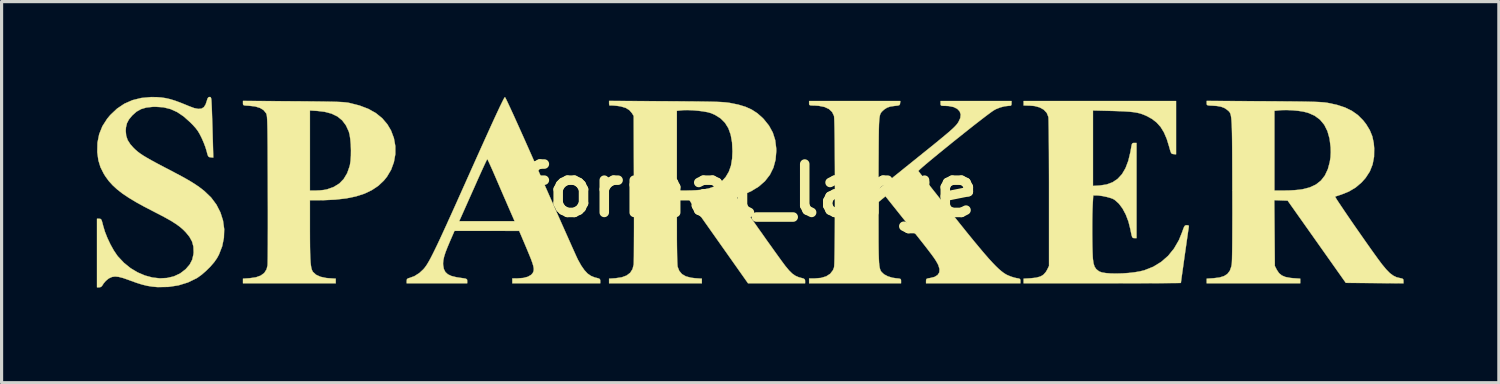
<source format=kicad_pcb>
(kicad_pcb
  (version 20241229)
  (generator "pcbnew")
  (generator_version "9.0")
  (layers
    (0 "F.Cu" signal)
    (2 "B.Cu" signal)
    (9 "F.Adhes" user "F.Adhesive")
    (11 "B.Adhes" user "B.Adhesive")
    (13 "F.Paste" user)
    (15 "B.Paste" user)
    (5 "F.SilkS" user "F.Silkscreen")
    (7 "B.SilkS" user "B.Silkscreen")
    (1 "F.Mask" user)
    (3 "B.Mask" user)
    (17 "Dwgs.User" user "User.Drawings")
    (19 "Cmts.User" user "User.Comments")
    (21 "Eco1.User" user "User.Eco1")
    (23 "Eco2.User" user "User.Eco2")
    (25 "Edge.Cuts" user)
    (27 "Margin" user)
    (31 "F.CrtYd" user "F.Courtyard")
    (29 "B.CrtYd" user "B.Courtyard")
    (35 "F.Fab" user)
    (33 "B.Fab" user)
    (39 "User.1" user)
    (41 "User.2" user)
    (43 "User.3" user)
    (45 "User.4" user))
  (footprint "formal_large"
    (layer "F.Cu")
    (at 20.554 2.951)
    (property "Reference" "formal_large" (at 0 0 0) (layer "F.SilkS") (effects (font (size 1.524 1.524) (thickness 0.3))))
    (attr through_hole)
    (fp_poly (pts (xy -14.383 -2.812) (xy -14.051 -2.81) (xy -13.765 -2.807) (xy -13.523 -2.804) (xy -13.318 -2.801) (xy -13.148 -2.798) (xy -13.008 -2.794) (xy -12.893 -2.789) (xy -12.801 -2.784) (xy -12.726 -2.777) (xy -12.664 -2.77) (xy -12.612 -2.761) (xy -12.602 -2.759) (xy -12.282 -2.678) (xy -12.003 -2.572) (xy -11.766 -2.439) (xy -11.566 -2.277) (xy -11.404 -2.086) (xy -11.289 -1.892) (xy -11.198 -1.651) (xy -11.153 -1.4) (xy -11.153 -1.145) (xy -11.198 -0.894) (xy -11.286 -0.654) (xy -11.417 -0.433) (xy -11.516 -0.312) (xy -11.689 -0.149) (xy -11.891 -0.014) (xy -12.123 0.097) (xy -12.389 0.183) (xy -12.692 0.246) (xy -13.035 0.286) (xy -13.419 0.304) (xy -13.565 0.305) (xy -13.843 0.305) (xy -13.843 1.251) (xy -13.842 1.538) (xy -13.84 1.779) (xy -13.836 1.978) (xy -13.83 2.139) (xy -13.822 2.268) (xy -13.81 2.37) (xy -13.796 2.447) (xy -13.778 2.505) (xy -13.756 2.549) (xy -13.745 2.565) (xy -13.649 2.653) (xy -13.511 2.716) (xy -13.334 2.754) (xy -13.247 2.762) (xy -13.03 2.776) (xy -13.03 2.921) (xy -15.951 2.921) (xy -15.951 2.776) (xy -15.737 2.761) (xy -15.543 2.733) (xy -15.391 2.678) (xy -15.28 2.595) (xy -15.209 2.483) (xy -15.177 2.356) (xy -15.175 2.311) (xy -15.173 2.219) (xy -15.171 2.085) (xy -15.17 1.91) (xy -15.168 1.701) (xy -15.168 1.46) (xy -15.167 1.192) (xy -15.167 0.9) (xy -15.167 0.588) (xy -15.168 0.26) (xy -15.169 0) (xy -13.843 0) (xy -13.645 0) (xy -13.524 -0.005) (xy -13.399 -0.019) (xy -13.301 -0.038) (xy -13.09 -0.114) (xy -12.916 -0.222) (xy -12.777 -0.366) (xy -12.669 -0.547) (xy -12.592 -0.768) (xy -12.583 -0.806) (xy -12.563 -0.934) (xy -12.552 -1.093) (xy -12.55 -1.269) (xy -12.556 -1.448) (xy -12.571 -1.617) (xy -12.593 -1.762) (xy -12.619 -1.86) (xy -12.709 -2.054) (xy -12.827 -2.211) (xy -12.976 -2.333) (xy -13.16 -2.422) (xy -13.38 -2.48) (xy -13.607 -2.507) (xy -13.843 -2.522) (xy -13.843 0) (xy -15.169 0) (xy -15.169 -0.064) (xy -15.17 -0.457) (xy -15.172 -0.804) (xy -15.173 -1.106) (xy -15.174 -1.366) (xy -15.176 -1.589) (xy -15.178 -1.777) (xy -15.18 -1.933) (xy -15.183 -2.061) (xy -15.186 -2.164) (xy -15.19 -2.244) (xy -15.194 -2.306) (xy -15.199 -2.352) (xy -15.205 -2.385) (xy -15.212 -2.409) (xy -15.219 -2.428) (xy -15.222 -2.433) (xy -15.3 -2.531) (xy -15.415 -2.602) (xy -15.569 -2.649) (xy -15.766 -2.671) (xy -15.78 -2.672) (xy -15.87 -2.677) (xy -15.922 -2.685) (xy -15.945 -2.702) (xy -15.951 -2.732) (xy -15.951 -2.751) (xy -15.951 -2.823) (xy -14.383 -2.812)) (stroke (width 0.01) (type solid)) (fill yes) (layer "F.SilkS"))
    (fp_poly (pts (xy -7.7 -2.941) (xy -7.685 -2.917) (xy -7.65 -2.849) (xy -7.598 -2.739) (xy -7.528 -2.589) (xy -7.442 -2.403) (xy -7.342 -2.182) (xy -7.228 -1.929) (xy -7.101 -1.646) (xy -6.963 -1.336) (xy -6.814 -1) (xy -6.656 -0.642) (xy -6.58 -0.47) (xy -6.431 -0.131) (xy -6.286 0.197) (xy -6.147 0.511) (xy -6.016 0.809) (xy -5.893 1.086) (xy -5.78 1.339) (xy -5.679 1.565) (xy -5.592 1.761) (xy -5.519 1.923) (xy -5.462 2.049) (xy -5.423 2.133) (xy -5.405 2.172) (xy -5.299 2.362) (xy -5.198 2.507) (xy -5.098 2.615) (xy -4.991 2.689) (xy -4.873 2.737) (xy -4.835 2.746) (xy -4.757 2.766) (xy -4.716 2.786) (xy -4.701 2.816) (xy -4.699 2.849) (xy -4.699 2.921) (xy -7.468 2.921) (xy -7.468 2.769) (xy -7.296 2.767) (xy -7.121 2.753) (xy -6.978 2.715) (xy -6.873 2.654) (xy -6.823 2.595) (xy -6.803 2.551) (xy -6.793 2.504) (xy -6.794 2.446) (xy -6.808 2.372) (xy -6.837 2.276) (xy -6.882 2.152) (xy -6.946 1.995) (xy -7.028 1.798) (xy -7.042 1.765) (xy -7.252 1.271) (xy -8.271 1.27) (xy -9.289 1.27) (xy -9.43 1.594) (xy -9.513 1.791) (xy -9.575 1.951) (xy -9.616 2.081) (xy -9.64 2.19) (xy -9.649 2.285) (xy -9.647 2.349) (xy -9.625 2.471) (xy -9.577 2.566) (xy -9.499 2.638) (xy -9.385 2.692) (xy -9.23 2.73) (xy -9.123 2.747) (xy -9.014 2.762) (xy -8.946 2.774) (xy -8.909 2.789) (xy -8.893 2.809) (xy -8.89 2.84) (xy -8.89 2.849) (xy -8.89 2.921) (xy -10.795 2.921) (xy -10.795 2.847) (xy -10.787 2.793) (xy -10.753 2.766) (xy -10.712 2.755) (xy -10.552 2.697) (xy -10.395 2.597) (xy -10.27 2.481) (xy -10.238 2.443) (xy -10.204 2.399) (xy -10.167 2.347) (xy -10.128 2.283) (xy -10.083 2.206) (xy -10.033 2.113) (xy -9.976 2.001) (xy -9.91 1.868) (xy -9.834 1.711) (xy -9.748 1.528) (xy -9.65 1.316) (xy -9.538 1.072) (xy -9.49 0.965) (xy -9.141 0.965) (xy -7.396 0.965) (xy -7.598 0.502) (xy -7.675 0.324) (xy -7.765 0.118) (xy -7.859 -0.1) (xy -7.95 -0.311) (xy -8.021 -0.476) (xy -8.086 -0.625) (xy -8.145 -0.758) (xy -8.194 -0.866) (xy -8.231 -0.944) (xy -8.252 -0.986) (xy -8.256 -0.99) (xy -8.27 -0.968) (xy -8.301 -0.905) (xy -8.347 -0.807) (xy -8.406 -0.679) (xy -8.475 -0.528) (xy -8.551 -0.359) (xy -8.578 -0.298) (xy -8.663 -0.106) (xy -8.749 0.086) (xy -8.831 0.27) (xy -8.905 0.436) (xy -8.966 0.574) (xy -9.012 0.676) (xy -9.013 0.679) (xy -9.141 0.965) (xy -9.49 0.965) (xy -9.412 0.794) (xy -9.27 0.48) (xy -9.112 0.127) (xy -8.935 -0.268) (xy -8.762 -0.655) (xy -8.575 -1.072) (xy -8.408 -1.443) (xy -8.26 -1.77) (xy -8.131 -2.055) (xy -8.02 -2.297) (xy -7.926 -2.499) (xy -7.85 -2.661) (xy -7.789 -2.785) (xy -7.745 -2.873) (xy -7.715 -2.924) (xy -7.701 -2.941) (xy -7.7 -2.941)) (stroke (width 0.01) (type solid)) (fill yes) (layer "F.SilkS"))
    (fp_poly (pts (xy -2.648 -2.813) (xy -2.295 -2.811) (xy -1.988 -2.808) (xy -1.725 -2.806) (xy -1.5 -2.803) (xy -1.31 -2.8) (xy -1.151 -2.797) (xy -1.019 -2.793) (xy -0.909 -2.788) (xy -0.818 -2.782) (xy -0.743 -2.776) (xy -0.678 -2.768) (xy -0.619 -2.76) (xy -0.615 -2.759) (xy -0.348 -2.705) (xy -0.121 -2.636) (xy 0.073 -2.548) (xy 0.246 -2.436) (xy 0.404 -2.297) (xy 0.447 -2.254) (xy 0.615 -2.045) (xy 0.736 -1.825) (xy 0.812 -1.586) (xy 0.844 -1.323) (xy 0.846 -1.245) (xy 0.823 -0.971) (xy 0.756 -0.722) (xy 0.645 -0.497) (xy 0.49 -0.297) (xy 0.292 -0.124) (xy 0.053 0.022) (xy -0.228 0.14) (xy -0.229 0.14) (xy -0.311 0.173) (xy -0.367 0.204) (xy -0.387 0.227) (xy -0.387 0.227) (xy -0.371 0.254) (xy -0.329 0.318) (xy -0.264 0.414) (xy -0.179 0.536) (xy -0.079 0.681) (xy 0.035 0.843) (xy 0.158 1.017) (xy 0.286 1.2) (xy 0.418 1.385) (xy 0.548 1.57) (xy 0.675 1.747) (xy 0.794 1.914) (xy 0.902 2.064) (xy 0.996 2.194) (xy 1.073 2.298) (xy 1.128 2.372) (xy 1.136 2.382) (xy 1.25 2.519) (xy 1.351 2.618) (xy 1.45 2.686) (xy 1.557 2.732) (xy 1.621 2.749) (xy 1.698 2.77) (xy 1.737 2.792) (xy 1.751 2.824) (xy 1.753 2.851) (xy 1.753 2.921) (xy -0.044 2.921) (xy -0.968 1.613) (xy -1.892 0.305) (xy -2.089 0.305) (xy -2.286 0.305) (xy -2.285 1.302) (xy -2.285 1.526) (xy -2.283 1.738) (xy -2.28 1.931) (xy -2.277 2.099) (xy -2.273 2.236) (xy -2.268 2.336) (xy -2.263 2.393) (xy -2.262 2.398) (xy -2.211 2.53) (xy -2.126 2.631) (xy -2.004 2.702) (xy -1.842 2.746) (xy -1.716 2.761) (xy -1.499 2.776) (xy -1.499 2.921) (xy -4.42 2.921) (xy -4.42 2.776) (xy -4.216 2.762) (xy -4.021 2.733) (xy -3.869 2.677) (xy -3.756 2.591) (xy -3.682 2.475) (xy -3.645 2.329) (xy -3.643 2.284) (xy -3.641 2.193) (xy -3.639 2.058) (xy -3.638 1.884) (xy -3.637 1.675) (xy -3.636 1.435) (xy -3.635 1.167) (xy -3.635 0.875) (xy -3.636 0.563) (xy -3.636 0.236) (xy -3.637 -0.076) (xy -3.645 -2.349) (xy -3.701 -2.439) (xy -3.763 -2.511) (xy -2.286 -2.511) (xy -2.286 0) (xy -1.983 0) (xy -1.839 -0.002) (xy -1.69 -0.009) (xy -1.557 -0.019) (xy -1.484 -0.027) (xy -1.279 -0.067) (xy -1.112 -0.125) (xy -0.97 -0.207) (xy -0.882 -0.279) (xy -0.748 -0.425) (xy -0.649 -0.592) (xy -0.581 -0.784) (xy -0.544 -1.009) (xy -0.534 -1.234) (xy -0.547 -1.516) (xy -0.59 -1.758) (xy -0.664 -1.964) (xy -0.77 -2.134) (xy -0.91 -2.274) (xy -1.086 -2.384) (xy -1.211 -2.438) (xy -1.314 -2.467) (xy -1.453 -2.492) (xy -1.613 -2.513) (xy -1.78 -2.527) (xy -1.94 -2.534) (xy -2.077 -2.532) (xy -2.119 -2.528) (xy -2.286 -2.511) (xy -3.763 -2.511) (xy -3.783 -2.534) (xy -3.899 -2.604) (xy -4.053 -2.65) (xy -4.168 -2.667) (xy -4.267 -2.677) (xy -4.346 -2.681) (xy -4.392 -2.679) (xy -4.398 -2.677) (xy -4.413 -2.69) (xy -4.42 -2.738) (xy -4.42 -2.744) (xy -4.42 -2.823) (xy -2.648 -2.813)) (stroke (width 0.01) (type solid)) (fill yes) (layer "F.SilkS"))
    (fp_poly (pts (xy 13.437 -1.14) (xy 13.358 -1.148) (xy 13.319 -1.154) (xy 13.292 -1.17) (xy 13.271 -1.207) (xy 13.249 -1.273) (xy 13.222 -1.372) (xy 13.145 -1.623) (xy 13.056 -1.831) (xy 12.952 -2.001) (xy 12.827 -2.141) (xy 12.677 -2.257) (xy 12.512 -2.347) (xy 12.416 -2.389) (xy 12.322 -2.423) (xy 12.22 -2.449) (xy 12.104 -2.468) (xy 11.965 -2.483) (xy 11.796 -2.494) (xy 11.588 -2.502) (xy 11.436 -2.507) (xy 10.82 -2.522) (xy 10.82 -0.145) (xy 11.033 -0.158) (xy 11.249 -0.191) (xy 11.437 -0.26) (xy 11.598 -0.368) (xy 11.734 -0.516) (xy 11.845 -0.705) (xy 11.933 -0.937) (xy 12 -1.215) (xy 12.015 -1.302) (xy 12.032 -1.4) (xy 12.046 -1.459) (xy 12.064 -1.488) (xy 12.091 -1.498) (xy 12.119 -1.499) (xy 12.192 -1.499) (xy 12.192 1.499) (xy 12.122 1.498) (xy 12.092 1.496) (xy 12.07 1.485) (xy 12.052 1.456) (xy 12.035 1.4) (xy 12.016 1.31) (xy 11.997 1.215) (xy 11.937 0.975) (xy 11.854 0.758) (xy 11.753 0.568) (xy 11.638 0.414) (xy 11.512 0.301) (xy 11.455 0.266) (xy 11.369 0.233) (xy 11.252 0.201) (xy 11.123 0.174) (xy 11.002 0.157) (xy 10.932 0.153) (xy 10.828 0.152) (xy 10.812 0.438) (xy 10.806 0.577) (xy 10.801 0.749) (xy 10.798 0.945) (xy 10.797 1.154) (xy 10.797 1.369) (xy 10.799 1.578) (xy 10.802 1.772) (xy 10.807 1.942) (xy 10.813 2.079) (xy 10.818 2.154) (xy 10.838 2.295) (xy 10.871 2.398) (xy 10.922 2.474) (xy 10.998 2.535) (xy 11.023 2.551) (xy 11.105 2.58) (xy 11.227 2.6) (xy 11.38 2.612) (xy 11.556 2.615) (xy 11.744 2.61) (xy 11.935 2.597) (xy 12.121 2.576) (xy 12.291 2.548) (xy 12.437 2.512) (xy 12.443 2.51) (xy 12.72 2.4) (xy 12.968 2.248) (xy 13.187 2.057) (xy 13.373 1.827) (xy 13.527 1.561) (xy 13.629 1.31) (xy 13.665 1.206) (xy 13.692 1.142) (xy 13.716 1.108) (xy 13.743 1.095) (xy 13.776 1.092) (xy 13.825 1.097) (xy 13.84 1.12) (xy 13.834 1.175) (xy 13.828 1.216) (xy 13.815 1.298) (xy 13.799 1.414) (xy 13.778 1.557) (xy 13.755 1.721) (xy 13.73 1.897) (xy 13.704 2.078) (xy 13.679 2.258) (xy 13.655 2.43) (xy 13.633 2.586) (xy 13.614 2.719) (xy 13.6 2.822) (xy 13.592 2.888) (xy 13.589 2.909) (xy 13.564 2.911) (xy 13.492 2.913) (xy 13.376 2.914) (xy 13.219 2.915) (xy 13.026 2.917) (xy 12.799 2.918) (xy 12.541 2.919) (xy 12.257 2.92) (xy 11.95 2.92) (xy 11.623 2.921) (xy 11.28 2.921) (xy 11.113 2.921) (xy 8.636 2.921) (xy 8.636 2.776) (xy 8.862 2.763) (xy 9.033 2.744) (xy 9.163 2.708) (xy 9.261 2.65) (xy 9.336 2.565) (xy 9.373 2.502) (xy 9.436 2.375) (xy 9.436 0.076) (xy 9.436 -0.263) (xy 9.435 -0.59) (xy 9.434 -0.899) (xy 9.433 -1.188) (xy 9.431 -1.453) (xy 9.429 -1.689) (xy 9.427 -1.894) (xy 9.424 -2.062) (xy 9.422 -2.192) (xy 9.419 -2.278) (xy 9.416 -2.317) (xy 9.416 -2.317) (xy 9.365 -2.445) (xy 9.271 -2.546) (xy 9.14 -2.619) (xy 8.972 -2.663) (xy 8.838 -2.674) (xy 8.636 -2.68) (xy 8.636 -2.819) (xy 13.437 -2.819) (xy 13.437 -1.14)) (stroke (width 0.01) (type solid)) (fill yes) (layer "F.SilkS"))
    (fp_poly (pts (xy 16.186 -2.813) (xy 16.544 -2.811) (xy 16.854 -2.808) (xy 17.121 -2.806) (xy 17.349 -2.803) (xy 17.542 -2.8) (xy 17.703 -2.796) (xy 17.837 -2.792) (xy 17.947 -2.787) (xy 18.037 -2.781) (xy 18.111 -2.775) (xy 18.172 -2.767) (xy 18.212 -2.761) (xy 18.507 -2.698) (xy 18.759 -2.615) (xy 18.976 -2.509) (xy 19.164 -2.376) (xy 19.327 -2.213) (xy 19.423 -2.091) (xy 19.539 -1.901) (xy 19.618 -1.707) (xy 19.663 -1.495) (xy 19.677 -1.333) (xy 19.673 -1.064) (xy 19.627 -0.822) (xy 19.54 -0.602) (xy 19.408 -0.399) (xy 19.279 -0.254) (xy 19.092 -0.095) (xy 18.882 0.03) (xy 18.644 0.126) (xy 18.555 0.155) (xy 18.485 0.178) (xy 18.447 0.191) (xy 18.457 0.212) (xy 18.492 0.271) (xy 18.55 0.361) (xy 18.629 0.479) (xy 18.723 0.619) (xy 18.831 0.778) (xy 18.949 0.95) (xy 19.074 1.131) (xy 19.203 1.316) (xy 19.332 1.501) (xy 19.458 1.68) (xy 19.578 1.85) (xy 19.689 2.005) (xy 19.787 2.141) (xy 19.87 2.253) (xy 19.933 2.336) (xy 19.934 2.337) (xy 20.06 2.488) (xy 20.171 2.601) (xy 20.275 2.679) (xy 20.38 2.73) (xy 20.493 2.758) (xy 20.495 2.758) (xy 20.562 2.773) (xy 20.592 2.796) (xy 20.599 2.839) (xy 20.599 2.848) (xy 20.599 2.922) (xy 19.692 2.915) (xy 18.784 2.908) (xy 17.868 1.613) (xy 16.952 0.318) (xy 16.531 0.303) (xy 16.548 2.376) (xy 16.613 2.502) (xy 16.68 2.602) (xy 16.767 2.674) (xy 16.884 2.723) (xy 17.037 2.752) (xy 17.127 2.761) (xy 17.348 2.776) (xy 17.348 2.921) (xy 14.402 2.921) (xy 14.402 2.776) (xy 14.616 2.762) (xy 14.805 2.739) (xy 14.95 2.694) (xy 15.058 2.623) (xy 15.133 2.522) (xy 15.179 2.388) (xy 15.192 2.313) (xy 15.196 2.257) (xy 15.2 2.154) (xy 15.203 2.005) (xy 15.206 1.816) (xy 15.208 1.587) (xy 15.209 1.323) (xy 15.21 1.026) (xy 15.211 0.7) (xy 15.21 0.347) (xy 15.209 -0.029) (xy 15.209 -0.081) (xy 15.208 -0.477) (xy 15.207 -0.826) (xy 15.206 -1.13) (xy 15.204 -1.394) (xy 15.202 -1.619) (xy 15.199 -1.81) (xy 15.195 -1.969) (xy 15.19 -2.1) (xy 15.183 -2.205) (xy 15.175 -2.289) (xy 15.165 -2.355) (xy 15.153 -2.405) (xy 15.138 -2.443) (xy 15.121 -2.471) (xy 15.101 -2.494) (xy 15.083 -2.511) (xy 16.535 -2.511) (xy 16.535 0) (xy 16.862 0) (xy 17.013 -0.003) (xy 17.172 -0.012) (xy 17.317 -0.026) (xy 17.413 -0.039) (xy 17.647 -0.098) (xy 17.842 -0.189) (xy 18 -0.313) (xy 18.125 -0.474) (xy 18.218 -0.673) (xy 18.277 -0.891) (xy 18.302 -1.049) (xy 18.31 -1.208) (xy 18.306 -1.358) (xy 18.272 -1.634) (xy 18.205 -1.871) (xy 18.105 -2.071) (xy 17.97 -2.233) (xy 17.801 -2.358) (xy 17.598 -2.447) (xy 17.45 -2.485) (xy 17.289 -2.51) (xy 17.109 -2.527) (xy 16.929 -2.535) (xy 16.769 -2.533) (xy 16.701 -2.528) (xy 16.535 -2.511) (xy 15.083 -2.511) (xy 15.078 -2.515) (xy 15.052 -2.536) (xy 15.039 -2.547) (xy 14.954 -2.603) (xy 14.851 -2.641) (xy 14.719 -2.664) (xy 14.586 -2.673) (xy 14.491 -2.677) (xy 14.436 -2.684) (xy 14.41 -2.699) (xy 14.402 -2.726) (xy 14.402 -2.751) (xy 14.402 -2.823) (xy 16.186 -2.813)) (stroke (width 0.01) (type solid)) (fill yes) (layer "F.SilkS"))
    (fp_poly (pts (xy -16.982 -2.945) (xy -16.966 -2.934) (xy -16.955 -2.907) (xy -16.947 -2.856) (xy -16.942 -2.774) (xy -16.936 -2.653) (xy -16.932 -2.559) (xy -16.927 -2.41) (xy -16.921 -2.225) (xy -16.914 -2.021) (xy -16.908 -1.813) (xy -16.903 -1.615) (xy -16.902 -1.605) (xy -16.887 -1.038) (xy -16.968 -1.046) (xy -17.01 -1.053) (xy -17.038 -1.07) (xy -17.059 -1.108) (xy -17.08 -1.178) (xy -17.097 -1.245) (xy -17.13 -1.354) (xy -17.179 -1.486) (xy -17.236 -1.62) (xy -17.262 -1.676) (xy -17.321 -1.791) (xy -17.378 -1.884) (xy -17.444 -1.97) (xy -17.53 -2.065) (xy -17.612 -2.148) (xy -17.82 -2.334) (xy -18.025 -2.472) (xy -18.236 -2.567) (xy -18.46 -2.622) (xy -18.704 -2.638) (xy -18.796 -2.636) (xy -18.996 -2.614) (xy -19.161 -2.565) (xy -19.303 -2.486) (xy -19.434 -2.37) (xy -19.442 -2.361) (xy -19.544 -2.238) (xy -19.606 -2.12) (xy -19.637 -1.99) (xy -19.644 -1.879) (xy -19.63 -1.726) (xy -19.583 -1.588) (xy -19.497 -1.454) (xy -19.399 -1.345) (xy -19.334 -1.282) (xy -19.264 -1.222) (xy -19.182 -1.161) (xy -19.084 -1.096) (xy -18.963 -1.024) (xy -18.816 -0.941) (xy -18.635 -0.843) (xy -18.417 -0.728) (xy -18.322 -0.679) (xy -18.08 -0.552) (xy -17.877 -0.444) (xy -17.707 -0.349) (xy -17.563 -0.264) (xy -17.439 -0.185) (xy -17.328 -0.108) (xy -17.224 -0.029) (xy -17.164 0.019) (xy -16.955 0.22) (xy -16.787 0.445) (xy -16.662 0.689) (xy -16.58 0.947) (xy -16.543 1.215) (xy -16.552 1.485) (xy -16.606 1.754) (xy -16.708 2.017) (xy -16.77 2.131) (xy -16.857 2.255) (xy -16.975 2.392) (xy -17.112 2.528) (xy -17.253 2.651) (xy -17.388 2.748) (xy -17.412 2.762) (xy -17.684 2.894) (xy -17.982 2.986) (xy -18.3 3.035) (xy -18.629 3.041) (xy -18.654 3.04) (xy -18.815 3.025) (xy -18.97 3) (xy -19.132 2.96) (xy -19.313 2.903) (xy -19.526 2.826) (xy -19.552 2.816) (xy -19.727 2.755) (xy -19.867 2.719) (xy -19.981 2.708) (xy -20.077 2.722) (xy -20.164 2.761) (xy -20.198 2.783) (xy -20.274 2.848) (xy -20.339 2.923) (xy -20.358 2.954) (xy -20.401 3.018) (xy -20.448 3.045) (xy -20.479 3.048) (xy -20.549 3.048) (xy -20.549 0.889) (xy -20.479 0.889) (xy -20.446 0.892) (xy -20.422 0.906) (xy -20.402 0.941) (xy -20.382 1.006) (xy -20.355 1.111) (xy -20.352 1.123) (xy -20.298 1.302) (xy -20.22 1.498) (xy -20.126 1.697) (xy -20.023 1.882) (xy -19.919 2.037) (xy -19.889 2.076) (xy -19.7 2.277) (xy -19.492 2.445) (xy -19.269 2.578) (xy -19.037 2.677) (xy -18.802 2.74) (xy -18.569 2.766) (xy -18.343 2.754) (xy -18.129 2.704) (xy -17.933 2.613) (xy -17.76 2.481) (xy -17.752 2.473) (xy -17.628 2.329) (xy -17.55 2.178) (xy -17.511 2.008) (xy -17.505 1.943) (xy -17.512 1.766) (xy -17.554 1.608) (xy -17.637 1.457) (xy -17.759 1.308) (xy -17.85 1.218) (xy -17.953 1.131) (xy -18.076 1.044) (xy -18.223 0.951) (xy -18.403 0.85) (xy -18.62 0.736) (xy -18.733 0.678) (xy -19.046 0.516) (xy -19.317 0.367) (xy -19.548 0.228) (xy -19.745 0.096) (xy -19.912 -0.034) (xy -20.053 -0.163) (xy -20.174 -0.296) (xy -20.278 -0.437) (xy -20.333 -0.524) (xy -20.439 -0.734) (xy -20.506 -0.954) (xy -20.539 -1.199) (xy -20.54 -1.219) (xy -20.534 -1.507) (xy -20.48 -1.775) (xy -20.379 -2.026) (xy -20.23 -2.259) (xy -20.13 -2.379) (xy -19.918 -2.579) (xy -19.687 -2.734) (xy -19.433 -2.846) (xy -19.155 -2.915) (xy -18.849 -2.943) (xy -18.665 -2.941) (xy -18.523 -2.93) (xy -18.387 -2.91) (xy -18.247 -2.878) (xy -18.093 -2.831) (xy -17.917 -2.766) (xy -17.707 -2.681) (xy -17.653 -2.658) (xy -17.489 -2.597) (xy -17.36 -2.571) (xy -17.26 -2.579) (xy -17.184 -2.625) (xy -17.129 -2.708) (xy -17.093 -2.815) (xy -17.069 -2.893) (xy -17.044 -2.933) (xy -17.011 -2.946) (xy -17.003 -2.946) (xy -16.982 -2.945)) (stroke (width 0.01) (type solid)) (fill yes) (layer "F.SilkS"))
    (fp_poly (pts (xy 4.745 -2.75) (xy 4.738 -2.712) (xy 4.718 -2.689) (xy 4.673 -2.676) (xy 4.593 -2.667) (xy 4.572 -2.665) (xy 4.439 -2.646) (xy 4.338 -2.612) (xy 4.251 -2.557) (xy 4.22 -2.53) (xy 4.187 -2.5) (xy 4.16 -2.472) (xy 4.138 -2.44) (xy 4.119 -2.4) (xy 4.105 -2.348) (xy 4.094 -2.279) (xy 4.086 -2.188) (xy 4.08 -2.07) (xy 4.076 -1.921) (xy 4.073 -1.737) (xy 4.071 -1.511) (xy 4.069 -1.241) (xy 4.069 -1.182) (xy 4.067 -0.912) (xy 4.066 -0.688) (xy 4.065 -0.507) (xy 4.065 -0.364) (xy 4.067 -0.254) (xy 4.069 -0.175) (xy 4.073 -0.121) (xy 4.078 -0.089) (xy 4.085 -0.073) (xy 4.094 -0.071) (xy 4.104 -0.078) (xy 4.107 -0.08) (xy 4.135 -0.103) (xy 4.199 -0.155) (xy 4.295 -0.232) (xy 4.419 -0.332) (xy 4.566 -0.451) (xy 4.735 -0.586) (xy 4.919 -0.735) (xy 5.116 -0.893) (xy 5.193 -0.955) (xy 5.452 -1.164) (xy 5.675 -1.343) (xy 5.864 -1.496) (xy 6.022 -1.626) (xy 6.154 -1.735) (xy 6.261 -1.825) (xy 6.347 -1.9) (xy 6.415 -1.962) (xy 6.468 -2.014) (xy 6.509 -2.058) (xy 6.542 -2.098) (xy 6.568 -2.135) (xy 6.583 -2.158) (xy 6.642 -2.284) (xy 6.654 -2.397) (xy 6.621 -2.495) (xy 6.546 -2.573) (xy 6.431 -2.63) (xy 6.278 -2.661) (xy 6.166 -2.667) (xy 6.084 -2.668) (xy 6.04 -2.676) (xy 6.023 -2.696) (xy 6.02 -2.736) (xy 6.02 -2.743) (xy 6.02 -2.819) (xy 8.255 -2.819) (xy 8.255 -2.743) (xy 8.251 -2.694) (xy 8.228 -2.672) (xy 8.172 -2.667) (xy 8.158 -2.667) (xy 8.036 -2.653) (xy 7.898 -2.617) (xy 7.767 -2.565) (xy 7.699 -2.528) (xy 7.63 -2.481) (xy 7.532 -2.409) (xy 7.408 -2.316) (xy 7.263 -2.204) (xy 7.1 -2.078) (xy 6.925 -1.94) (xy 6.741 -1.794) (xy 6.552 -1.643) (xy 6.362 -1.491) (xy 6.177 -1.341) (xy 5.999 -1.196) (xy 5.833 -1.06) (xy 5.683 -0.936) (xy 5.554 -0.828) (xy 5.449 -0.738) (xy 5.373 -0.67) (xy 5.33 -0.628) (xy 5.322 -0.615) (xy 5.339 -0.59) (xy 5.386 -0.529) (xy 5.458 -0.434) (xy 5.555 -0.311) (xy 5.672 -0.161) (xy 5.808 0.012) (xy 5.96 0.204) (xy 6.125 0.412) (xy 6.3 0.632) (xy 6.368 0.718) (xy 6.626 1.042) (xy 6.855 1.327) (xy 7.058 1.576) (xy 7.238 1.793) (xy 7.395 1.979) (xy 7.533 2.138) (xy 7.654 2.27) (xy 7.76 2.38) (xy 7.854 2.47) (xy 7.937 2.541) (xy 8.011 2.597) (xy 8.08 2.641) (xy 8.128 2.665) (xy 8.232 2.708) (xy 8.338 2.742) (xy 8.414 2.759) (xy 8.487 2.771) (xy 8.522 2.789) (xy 8.534 2.822) (xy 8.534 2.848) (xy 8.534 2.921) (xy 5.563 2.921) (xy 5.563 2.847) (xy 5.567 2.803) (xy 5.587 2.778) (xy 5.637 2.764) (xy 5.689 2.756) (xy 5.83 2.721) (xy 5.927 2.661) (xy 5.98 2.578) (xy 5.987 2.472) (xy 5.948 2.346) (xy 5.935 2.32) (xy 5.909 2.272) (xy 5.879 2.22) (xy 5.842 2.162) (xy 5.794 2.093) (xy 5.733 2.009) (xy 5.656 1.908) (xy 5.562 1.785) (xy 5.446 1.637) (xy 5.306 1.46) (xy 5.139 1.25) (xy 4.958 1.024) (xy 4.285 0.181) (xy 4.175 0.271) (xy 4.064 0.362) (xy 4.066 1.305) (xy 4.066 1.579) (xy 4.068 1.807) (xy 4.071 1.995) (xy 4.076 2.146) (xy 4.082 2.265) (xy 4.091 2.358) (xy 4.102 2.429) (xy 4.117 2.483) (xy 4.134 2.525) (xy 4.156 2.56) (xy 4.157 2.561) (xy 4.239 2.638) (xy 4.359 2.702) (xy 4.501 2.746) (xy 4.611 2.762) (xy 4.699 2.771) (xy 4.748 2.781) (xy 4.77 2.8) (xy 4.775 2.834) (xy 4.775 2.848) (xy 4.775 2.921) (xy 1.88 2.921) (xy 1.88 2.769) (xy 2.053 2.769) (xy 2.254 2.752) (xy 2.418 2.703) (xy 2.544 2.622) (xy 2.631 2.509) (xy 2.665 2.42) (xy 2.67 2.377) (xy 2.675 2.288) (xy 2.679 2.157) (xy 2.682 1.989) (xy 2.685 1.788) (xy 2.687 1.558) (xy 2.69 1.304) (xy 2.691 1.031) (xy 2.692 0.743) (xy 2.693 0.445) (xy 2.693 0.14) (xy 2.693 -0.166) (xy 2.693 -0.469) (xy 2.692 -0.764) (xy 2.69 -1.048) (xy 2.688 -1.316) (xy 2.686 -1.562) (xy 2.683 -1.783) (xy 2.68 -1.975) (xy 2.676 -2.132) (xy 2.672 -2.25) (xy 2.667 -2.325) (xy 2.664 -2.349) (xy 2.605 -2.473) (xy 2.504 -2.568) (xy 2.363 -2.633) (xy 2.181 -2.669) (xy 2.057 -2.677) (xy 1.964 -2.679) (xy 1.911 -2.685) (xy 1.887 -2.7) (xy 1.88 -2.728) (xy 1.88 -2.75) (xy 1.88 -2.819) (xy 3.316 -2.819) (xy 4.753 -2.819) (xy 4.745 -2.75)) (stroke (width 0.01) (type solid)) (fill yes) (layer "F.SilkS")))
  (gr_rect
    (start -3 -3)
    (end 44.158 9.004)
    (stroke (width 0.1) (type default))
    (fill no)
    (layer "Edge.Cuts")))
</source>
